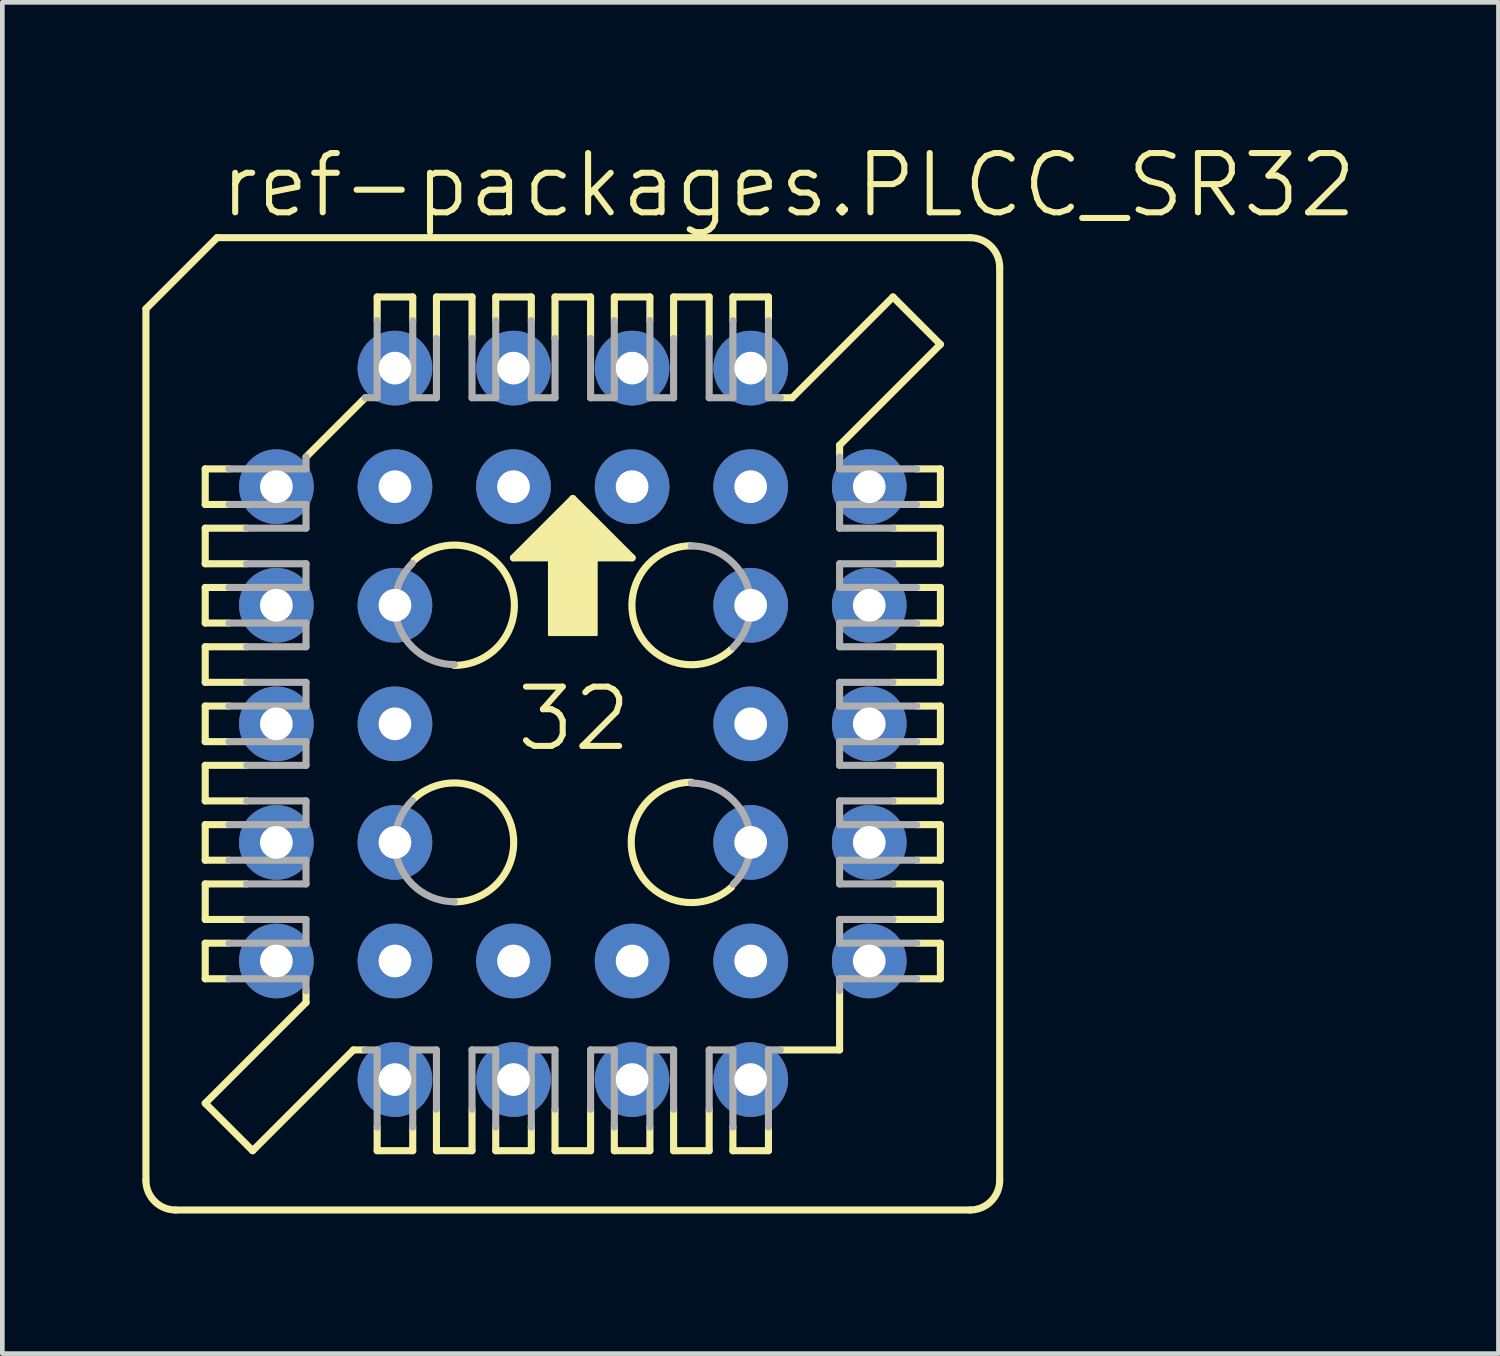
<source format=kicad_pcb>
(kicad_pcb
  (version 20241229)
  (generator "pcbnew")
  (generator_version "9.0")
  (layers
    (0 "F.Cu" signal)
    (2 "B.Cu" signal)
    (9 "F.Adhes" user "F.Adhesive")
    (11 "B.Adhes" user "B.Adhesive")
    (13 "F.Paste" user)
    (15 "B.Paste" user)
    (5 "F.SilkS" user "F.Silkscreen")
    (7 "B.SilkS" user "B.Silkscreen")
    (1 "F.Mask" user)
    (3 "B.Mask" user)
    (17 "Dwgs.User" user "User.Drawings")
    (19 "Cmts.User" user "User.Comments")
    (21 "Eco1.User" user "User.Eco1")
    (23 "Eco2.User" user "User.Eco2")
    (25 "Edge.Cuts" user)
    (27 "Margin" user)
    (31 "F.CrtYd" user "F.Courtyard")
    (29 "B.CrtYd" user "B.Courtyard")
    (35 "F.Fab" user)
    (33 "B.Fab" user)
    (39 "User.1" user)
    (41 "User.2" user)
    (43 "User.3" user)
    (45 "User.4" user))
  (footprint "ref-packages.PLCC_SR32"
    (layer "F.Cu")
    (at 9.22 12.455)
    (property "Reference" "ref-packages.PLCC_SR32" (at -7.62 -10.795 0) (layer "F.SilkS") (effects (font (size 1.27 1.27) (thickness 0.13)) (justify left bottom)))
    (attr through_hole)
    (fp_line (start -9.144 -8.89) (end -9.144 9.779) (stroke (width 0.152) (type default)) (layer "F.SilkS"))
    (fp_line (start -7.874 -5.461) (end -7.366 -5.461) (stroke (width 0.152) (type default)) (layer "F.SilkS"))
    (fp_line (start -7.874 -4.699) (end -7.874 -5.461) (stroke (width 0.152) (type default)) (layer "F.SilkS"))
    (fp_line (start -7.874 -4.191) (end -6.985 -4.191) (stroke (width 0.152) (type default)) (layer "F.SilkS"))
    (fp_line (start -7.874 -3.429) (end -7.874 -4.191) (stroke (width 0.152) (type default)) (layer "F.SilkS"))
    (fp_line (start -7.874 -2.921) (end -7.366 -2.921) (stroke (width 0.152) (type default)) (layer "F.SilkS"))
    (fp_line (start -7.874 -2.159) (end -7.874 -2.921) (stroke (width 0.152) (type default)) (layer "F.SilkS"))
    (fp_line (start -7.874 -1.651) (end -6.985 -1.651) (stroke (width 0.152) (type default)) (layer "F.SilkS"))
    (fp_line (start -7.874 -0.889) (end -7.874 -1.651) (stroke (width 0.152) (type default)) (layer "F.SilkS"))
    (fp_line (start -7.874 -0.381) (end -7.366 -0.381) (stroke (width 0.152) (type default)) (layer "F.SilkS"))
    (fp_line (start -7.874 0.381) (end -7.874 -0.381) (stroke (width 0.152) (type default)) (layer "F.SilkS"))
    (fp_line (start -7.874 0.889) (end -6.985 0.889) (stroke (width 0.152) (type default)) (layer "F.SilkS"))
    (fp_line (start -7.874 1.651) (end -7.874 0.889) (stroke (width 0.152) (type default)) (layer "F.SilkS"))
    (fp_line (start -7.874 2.159) (end -7.366 2.159) (stroke (width 0.152) (type default)) (layer "F.SilkS"))
    (fp_line (start -7.874 2.921) (end -7.874 2.159) (stroke (width 0.152) (type default)) (layer "F.SilkS"))
    (fp_line (start -7.874 3.429) (end -6.985 3.429) (stroke (width 0.152) (type default)) (layer "F.SilkS"))
    (fp_line (start -7.874 4.191) (end -7.874 3.429) (stroke (width 0.152) (type default)) (layer "F.SilkS"))
    (fp_line (start -7.874 4.699) (end -7.366 4.699) (stroke (width 0.152) (type default)) (layer "F.SilkS"))
    (fp_line (start -7.874 5.461) (end -7.874 4.699) (stroke (width 0.152) (type default)) (layer "F.SilkS"))
    (fp_line (start -7.874 8.128) (end -5.715 5.969) (stroke (width 0.152) (type default)) (layer "F.SilkS"))
    (fp_line (start -7.62 -10.414) (end -9.144 -8.89) (stroke (width 0.152) (type default)) (layer "F.SilkS"))
    (fp_line (start -7.366 -4.699) (end -7.874 -4.699) (stroke (width 0.152) (type default)) (layer "F.SilkS"))
    (fp_line (start -7.366 -2.159) (end -7.874 -2.159) (stroke (width 0.152) (type default)) (layer "F.SilkS"))
    (fp_line (start -7.366 0.381) (end -7.874 0.381) (stroke (width 0.152) (type default)) (layer "F.SilkS"))
    (fp_line (start -7.366 2.921) (end -7.874 2.921) (stroke (width 0.152) (type default)) (layer "F.SilkS"))
    (fp_line (start -7.366 5.461) (end -7.874 5.461) (stroke (width 0.152) (type default)) (layer "F.SilkS"))
    (fp_line (start -6.985 -3.429) (end -7.874 -3.429) (stroke (width 0.152) (type default)) (layer "F.SilkS"))
    (fp_line (start -6.985 -0.889) (end -7.874 -0.889) (stroke (width 0.152) (type default)) (layer "F.SilkS"))
    (fp_line (start -6.985 1.651) (end -7.874 1.651) (stroke (width 0.152) (type default)) (layer "F.SilkS"))
    (fp_line (start -6.985 4.191) (end -7.874 4.191) (stroke (width 0.152) (type default)) (layer "F.SilkS"))
    (fp_line (start -6.858 9.144) (end -7.874 8.128) (stroke (width 0.152) (type default)) (layer "F.SilkS"))
    (fp_line (start -6.858 9.144) (end -4.699 6.985) (stroke (width 0.152) (type default)) (layer "F.SilkS"))
    (fp_line (start -5.715 -5.715) (end -4.445 -6.985) (stroke (width 0.152) (type default)) (layer "F.SilkS"))
    (fp_line (start -5.715 5.969) (end -5.715 5.715) (stroke (width 0.152) (type default)) (layer "F.SilkS"))
    (fp_line (start -4.699 6.985) (end -4.445 6.985) (stroke (width 0.152) (type default)) (layer "F.SilkS"))
    (fp_line (start -4.191 -9.144) (end -4.191 -8.636) (stroke (width 0.152) (type default)) (layer "F.SilkS"))
    (fp_line (start -4.191 8.636) (end -4.191 9.144) (stroke (width 0.152) (type default)) (layer "F.SilkS"))
    (fp_line (start -4.191 9.144) (end -3.429 9.144) (stroke (width 0.152) (type default)) (layer "F.SilkS"))
    (fp_line (start -3.429 -9.144) (end -4.191 -9.144) (stroke (width 0.152) (type default)) (layer "F.SilkS"))
    (fp_line (start -3.429 -8.636) (end -3.429 -9.144) (stroke (width 0.152) (type default)) (layer "F.SilkS"))
    (fp_line (start -3.429 9.144) (end -3.429 8.636) (stroke (width 0.152) (type default)) (layer "F.SilkS"))
    (fp_line (start -2.921 -9.144) (end -2.921 -8.255) (stroke (width 0.152) (type default)) (layer "F.SilkS"))
    (fp_line (start -2.921 8.255) (end -2.921 9.144) (stroke (width 0.152) (type default)) (layer "F.SilkS"))
    (fp_line (start -2.921 9.144) (end -2.159 9.144) (stroke (width 0.152) (type default)) (layer "F.SilkS"))
    (fp_line (start -2.159 -9.144) (end -2.921 -9.144) (stroke (width 0.152) (type default)) (layer "F.SilkS"))
    (fp_line (start -2.159 -8.255) (end -2.159 -9.144) (stroke (width 0.152) (type default)) (layer "F.SilkS"))
    (fp_line (start -2.159 9.144) (end -2.159 8.255) (stroke (width 0.152) (type default)) (layer "F.SilkS"))
    (fp_line (start -1.651 -9.144) (end -1.651 -8.636) (stroke (width 0.152) (type default)) (layer "F.SilkS"))
    (fp_line (start -1.651 8.636) (end -1.651 9.144) (stroke (width 0.152) (type default)) (layer "F.SilkS"))
    (fp_line (start -1.651 9.144) (end -0.889 9.144) (stroke (width 0.152) (type default)) (layer "F.SilkS"))
    (fp_line (start -1.27 -3.556) (end 1.27 -3.556) (stroke (width 0.152) (type default)) (layer "F.SilkS"))
    (fp_line (start -0.889 -9.144) (end -1.651 -9.144) (stroke (width 0.152) (type default)) (layer "F.SilkS"))
    (fp_line (start -0.889 -8.636) (end -0.889 -9.144) (stroke (width 0.152) (type default)) (layer "F.SilkS"))
    (fp_line (start -0.889 9.144) (end -0.889 8.636) (stroke (width 0.152) (type default)) (layer "F.SilkS"))
    (fp_line (start -0.381 -9.144) (end -0.381 -8.255) (stroke (width 0.152) (type default)) (layer "F.SilkS"))
    (fp_line (start -0.381 8.255) (end -0.381 9.144) (stroke (width 0.152) (type default)) (layer "F.SilkS"))
    (fp_line (start -0.381 9.144) (end 0.381 9.144) (stroke (width 0.152) (type default)) (layer "F.SilkS"))
    (fp_line (start 0 -4.826) (end -1.27 -3.556) (stroke (width 0.152) (type default)) (layer "F.SilkS"))
    (fp_line (start 0.381 -9.144) (end -0.381 -9.144) (stroke (width 0.152) (type default)) (layer "F.SilkS"))
    (fp_line (start 0.381 -8.255) (end 0.381 -9.144) (stroke (width 0.152) (type default)) (layer "F.SilkS"))
    (fp_line (start 0.381 9.144) (end 0.381 8.255) (stroke (width 0.152) (type default)) (layer "F.SilkS"))
    (fp_line (start 0.889 -9.144) (end 0.889 -8.636) (stroke (width 0.152) (type default)) (layer "F.SilkS"))
    (fp_line (start 0.889 8.636) (end 0.889 9.144) (stroke (width 0.152) (type default)) (layer "F.SilkS"))
    (fp_line (start 0.889 9.144) (end 1.651 9.144) (stroke (width 0.152) (type default)) (layer "F.SilkS"))
    (fp_line (start 1.27 -3.556) (end 0 -4.826) (stroke (width 0.152) (type default)) (layer "F.SilkS"))
    (fp_line (start 1.651 -9.144) (end 0.889 -9.144) (stroke (width 0.152) (type default)) (layer "F.SilkS"))
    (fp_line (start 1.651 -8.636) (end 1.651 -9.144) (stroke (width 0.152) (type default)) (layer "F.SilkS"))
    (fp_line (start 1.651 9.144) (end 1.651 8.636) (stroke (width 0.152) (type default)) (layer "F.SilkS"))
    (fp_line (start 2.159 -9.144) (end 2.159 -8.255) (stroke (width 0.152) (type default)) (layer "F.SilkS"))
    (fp_line (start 2.159 8.255) (end 2.159 9.144) (stroke (width 0.152) (type default)) (layer "F.SilkS"))
    (fp_line (start 2.159 9.144) (end 2.921 9.144) (stroke (width 0.152) (type default)) (layer "F.SilkS"))
    (fp_line (start 2.921 -9.144) (end 2.159 -9.144) (stroke (width 0.152) (type default)) (layer "F.SilkS"))
    (fp_line (start 2.921 -8.255) (end 2.921 -9.144) (stroke (width 0.152) (type default)) (layer "F.SilkS"))
    (fp_line (start 2.921 9.144) (end 2.921 8.255) (stroke (width 0.152) (type default)) (layer "F.SilkS"))
    (fp_line (start 3.429 -9.144) (end 3.429 -8.636) (stroke (width 0.152) (type default)) (layer "F.SilkS"))
    (fp_line (start 3.429 8.636) (end 3.429 9.144) (stroke (width 0.152) (type default)) (layer "F.SilkS"))
    (fp_line (start 3.429 9.144) (end 4.191 9.144) (stroke (width 0.152) (type default)) (layer "F.SilkS"))
    (fp_line (start 4.191 -9.144) (end 3.429 -9.144) (stroke (width 0.152) (type default)) (layer "F.SilkS"))
    (fp_line (start 4.191 -8.636) (end 4.191 -9.144) (stroke (width 0.152) (type default)) (layer "F.SilkS"))
    (fp_line (start 4.191 9.144) (end 4.191 8.636) (stroke (width 0.152) (type default)) (layer "F.SilkS"))
    (fp_line (start 4.445 6.985) (end 5.715 6.985) (stroke (width 0.152) (type default)) (layer "F.SilkS"))
    (fp_line (start 4.699 -6.985) (end 4.445 -6.985) (stroke (width 0.152) (type default)) (layer "F.SilkS"))
    (fp_line (start 5.715 -5.969) (end 5.715 -5.715) (stroke (width 0.152) (type default)) (layer "F.SilkS"))
    (fp_line (start 5.715 5.715) (end 5.715 6.985) (stroke (width 0.152) (type default)) (layer "F.SilkS"))
    (fp_line (start 6.858 -9.144) (end 4.699 -6.985) (stroke (width 0.152) (type default)) (layer "F.SilkS"))
    (fp_line (start 6.858 -4.191) (end 7.874 -4.191) (stroke (width 0.152) (type default)) (layer "F.SilkS"))
    (fp_line (start 6.858 -1.651) (end 7.874 -1.651) (stroke (width 0.152) (type default)) (layer "F.SilkS"))
    (fp_line (start 6.858 0.889) (end 7.874 0.889) (stroke (width 0.152) (type default)) (layer "F.SilkS"))
    (fp_line (start 6.858 3.429) (end 7.874 3.429) (stroke (width 0.152) (type default)) (layer "F.SilkS"))
    (fp_line (start 7.366 -5.461) (end 7.874 -5.461) (stroke (width 0.152) (type default)) (layer "F.SilkS"))
    (fp_line (start 7.366 -2.921) (end 7.874 -2.921) (stroke (width 0.152) (type default)) (layer "F.SilkS"))
    (fp_line (start 7.366 -0.381) (end 7.874 -0.381) (stroke (width 0.152) (type default)) (layer "F.SilkS"))
    (fp_line (start 7.366 2.159) (end 7.874 2.159) (stroke (width 0.152) (type default)) (layer "F.SilkS"))
    (fp_line (start 7.366 4.699) (end 7.874 4.699) (stroke (width 0.152) (type default)) (layer "F.SilkS"))
    (fp_line (start 7.874 -8.128) (end 5.715 -5.969) (stroke (width 0.152) (type default)) (layer "F.SilkS"))
    (fp_line (start 7.874 -8.128) (end 6.858 -9.144) (stroke (width 0.152) (type default)) (layer "F.SilkS"))
    (fp_line (start 7.874 -5.461) (end 7.874 -4.699) (stroke (width 0.152) (type default)) (layer "F.SilkS"))
    (fp_line (start 7.874 -4.699) (end 7.366 -4.699) (stroke (width 0.152) (type default)) (layer "F.SilkS"))
    (fp_line (start 7.874 -4.191) (end 7.874 -3.429) (stroke (width 0.152) (type default)) (layer "F.SilkS"))
    (fp_line (start 7.874 -3.429) (end 6.858 -3.429) (stroke (width 0.152) (type default)) (layer "F.SilkS"))
    (fp_line (start 7.874 -2.921) (end 7.874 -2.159) (stroke (width 0.152) (type default)) (layer "F.SilkS"))
    (fp_line (start 7.874 -2.159) (end 7.366 -2.159) (stroke (width 0.152) (type default)) (layer "F.SilkS"))
    (fp_line (start 7.874 -1.651) (end 7.874 -0.889) (stroke (width 0.152) (type default)) (layer "F.SilkS"))
    (fp_line (start 7.874 -0.889) (end 6.858 -0.889) (stroke (width 0.152) (type default)) (layer "F.SilkS"))
    (fp_line (start 7.874 -0.381) (end 7.874 0.381) (stroke (width 0.152) (type default)) (layer "F.SilkS"))
    (fp_line (start 7.874 0.381) (end 7.366 0.381) (stroke (width 0.152) (type default)) (layer "F.SilkS"))
    (fp_line (start 7.874 0.889) (end 7.874 1.651) (stroke (width 0.152) (type default)) (layer "F.SilkS"))
    (fp_line (start 7.874 1.651) (end 6.858 1.651) (stroke (width 0.152) (type default)) (layer "F.SilkS"))
    (fp_line (start 7.874 2.159) (end 7.874 2.921) (stroke (width 0.152) (type default)) (layer "F.SilkS"))
    (fp_line (start 7.874 2.921) (end 7.366 2.921) (stroke (width 0.152) (type default)) (layer "F.SilkS"))
    (fp_line (start 7.874 3.429) (end 7.874 4.191) (stroke (width 0.152) (type default)) (layer "F.SilkS"))
    (fp_line (start 7.874 4.191) (end 6.858 4.191) (stroke (width 0.152) (type default)) (layer "F.SilkS"))
    (fp_line (start 7.874 4.699) (end 7.874 5.461) (stroke (width 0.152) (type default)) (layer "F.SilkS"))
    (fp_line (start 7.874 5.461) (end 7.366 5.461) (stroke (width 0.152) (type default)) (layer "F.SilkS"))
    (fp_line (start 8.509 -10.414) (end -7.62 -10.414) (stroke (width 0.152) (type default)) (layer "F.SilkS"))
    (fp_line (start 8.509 10.414) (end -8.509 10.414) (stroke (width 0.152) (type default)) (layer "F.SilkS"))
    (fp_line (start 9.144 9.779) (end 9.144 -9.779) (stroke (width 0.152) (type default)) (layer "F.SilkS"))
    (fp_rect (start -1.143 -3.556) (end -0.889 -3.683) (stroke (width 0.05) (type default)) (fill yes) (layer "F.SilkS"))
    (fp_rect (start -1.016 -3.683) (end -0.889 -3.81) (stroke (width 0.05) (type default)) (fill yes) (layer "F.SilkS"))
    (fp_rect (start -0.889 -3.556) (end 0.889 -3.937) (stroke (width 0.05) (type default)) (fill yes) (layer "F.SilkS"))
    (fp_rect (start -0.762 -3.937) (end -0.635 -4.064) (stroke (width 0.05) (type default)) (fill yes) (layer "F.SilkS"))
    (fp_rect (start -0.635 -3.937) (end 0.635 -4.191) (stroke (width 0.05) (type default)) (fill yes) (layer "F.SilkS"))
    (fp_rect (start -0.508 -4.191) (end -0.381 -4.318) (stroke (width 0.05) (type default)) (fill yes) (layer "F.SilkS"))
    (fp_rect (start -0.508 -1.905) (end 0.508 -3.81) (stroke (width 0.05) (type default)) (fill yes) (layer "F.SilkS"))
    (fp_rect (start -0.381 -4.191) (end 0.381 -4.445) (stroke (width 0.05) (type default)) (fill yes) (layer "F.SilkS"))
    (fp_rect (start -0.254 -4.445) (end -0.127 -4.572) (stroke (width 0.05) (type default)) (fill yes) (layer "F.SilkS"))
    (fp_rect (start -0.127 -4.445) (end 0.127 -4.699) (stroke (width 0.05) (type default)) (fill yes) (layer "F.SilkS"))
    (fp_rect (start 0.127 -4.445) (end 0.254 -4.572) (stroke (width 0.05) (type default)) (fill yes) (layer "F.SilkS"))
    (fp_rect (start 0.381 -4.191) (end 0.508 -4.318) (stroke (width 0.05) (type default)) (fill yes) (layer "F.SilkS"))
    (fp_rect (start 0.635 -3.937) (end 0.762 -4.064) (stroke (width 0.05) (type default)) (fill yes) (layer "F.SilkS"))
    (fp_rect (start 0.889 -3.683) (end 1.016 -3.81) (stroke (width 0.05) (type default)) (fill yes) (layer "F.SilkS"))
    (fp_rect (start 0.889 -3.556) (end 1.143 -3.683) (stroke (width 0.05) (type default)) (fill yes) (layer "F.SilkS"))
    (fp_arc (start -8.509 10.414) (mid -8.958013 10.228013) (end -9.144 9.779) (stroke (width 0.1524) (type default)) (layer "F.SilkS"))
    (fp_arc (start -3.4 1.6) (mid -1.352379 2.078723) (end -2.54 3.814085) (stroke (width 0.1524) (type default)) (layer "F.SilkS"))
    (fp_arc (start -3.399999 -3.499999) (mid -1.336083 -3.000287) (end -2.539998 -1.250987) (stroke (width 0.1524) (type default)) (layer "F.SilkS"))
    (fp_arc (start 3.399999 3.499999) (mid 1.336068 3.000264) (end 2.54 1.250951) (stroke (width 0.1524) (type default)) (layer "F.SilkS"))
    (fp_arc (start 3.4 -1.6) (mid 1.35238 -2.078722) (end 2.54 -3.814083) (stroke (width 0.1524) (type default)) (layer "F.SilkS"))
    (fp_arc (start 8.509 -10.414) (mid 8.958013 -10.228013) (end 9.144 -9.779) (stroke (width 0.1524) (type default)) (layer "F.SilkS"))
    (fp_arc (start 9.144 9.779) (mid 8.958013 10.228013) (end 8.509 10.414) (stroke (width 0.1524) (type default)) (layer "F.SilkS"))
    (fp_line (start -7.366 -4.699) (end -5.715 -4.699) (stroke (width 0.152) (type default)) (layer "F.Fab"))
    (fp_line (start -7.366 -2.159) (end -5.715 -2.159) (stroke (width 0.152) (type default)) (layer "F.Fab"))
    (fp_line (start -7.366 0.381) (end -5.715 0.381) (stroke (width 0.152) (type default)) (layer "F.Fab"))
    (fp_line (start -7.366 2.921) (end -5.715 2.921) (stroke (width 0.152) (type default)) (layer "F.Fab"))
    (fp_line (start -7.366 5.461) (end -5.715 5.461) (stroke (width 0.152) (type default)) (layer "F.Fab"))
    (fp_line (start -6.985 -3.429) (end -5.715 -3.429) (stroke (width 0.152) (type default)) (layer "F.Fab"))
    (fp_line (start -6.985 -0.889) (end -5.715 -0.889) (stroke (width 0.152) (type default)) (layer "F.Fab"))
    (fp_line (start -6.985 1.651) (end -5.715 1.651) (stroke (width 0.152) (type default)) (layer "F.Fab"))
    (fp_line (start -6.985 4.191) (end -5.715 4.191) (stroke (width 0.152) (type default)) (layer "F.Fab"))
    (fp_line (start -5.715 -5.461) (end -7.366 -5.461) (stroke (width 0.152) (type default)) (layer "F.Fab"))
    (fp_line (start -5.715 -5.461) (end -5.715 -5.715) (stroke (width 0.152) (type default)) (layer "F.Fab"))
    (fp_line (start -5.715 -4.191) (end -6.985 -4.191) (stroke (width 0.152) (type default)) (layer "F.Fab"))
    (fp_line (start -5.715 -4.191) (end -5.715 -4.699) (stroke (width 0.152) (type default)) (layer "F.Fab"))
    (fp_line (start -5.715 -2.921) (end -7.366 -2.921) (stroke (width 0.152) (type default)) (layer "F.Fab"))
    (fp_line (start -5.715 -2.921) (end -5.715 -3.429) (stroke (width 0.152) (type default)) (layer "F.Fab"))
    (fp_line (start -5.715 -1.651) (end -6.985 -1.651) (stroke (width 0.152) (type default)) (layer "F.Fab"))
    (fp_line (start -5.715 -1.651) (end -5.715 -2.159) (stroke (width 0.152) (type default)) (layer "F.Fab"))
    (fp_line (start -5.715 -0.381) (end -7.366 -0.381) (stroke (width 0.152) (type default)) (layer "F.Fab"))
    (fp_line (start -5.715 -0.381) (end -5.715 -0.889) (stroke (width 0.152) (type default)) (layer "F.Fab"))
    (fp_line (start -5.715 0.889) (end -6.985 0.889) (stroke (width 0.152) (type default)) (layer "F.Fab"))
    (fp_line (start -5.715 0.889) (end -5.715 0.381) (stroke (width 0.152) (type default)) (layer "F.Fab"))
    (fp_line (start -5.715 2.159) (end -7.366 2.159) (stroke (width 0.152) (type default)) (layer "F.Fab"))
    (fp_line (start -5.715 2.159) (end -5.715 1.651) (stroke (width 0.152) (type default)) (layer "F.Fab"))
    (fp_line (start -5.715 3.429) (end -6.985 3.429) (stroke (width 0.152) (type default)) (layer "F.Fab"))
    (fp_line (start -5.715 3.429) (end -5.715 2.921) (stroke (width 0.152) (type default)) (layer "F.Fab"))
    (fp_line (start -5.715 4.699) (end -7.366 4.699) (stroke (width 0.152) (type default)) (layer "F.Fab"))
    (fp_line (start -5.715 4.699) (end -5.715 4.191) (stroke (width 0.152) (type default)) (layer "F.Fab"))
    (fp_line (start -5.715 5.715) (end -5.715 5.461) (stroke (width 0.152) (type default)) (layer "F.Fab"))
    (fp_line (start -4.191 -6.985) (end -4.445 -6.985) (stroke (width 0.152) (type default)) (layer "F.Fab"))
    (fp_line (start -4.191 -6.985) (end -4.191 -8.636) (stroke (width 0.152) (type default)) (layer "F.Fab"))
    (fp_line (start -4.191 6.985) (end -4.445 6.985) (stroke (width 0.152) (type default)) (layer "F.Fab"))
    (fp_line (start -4.191 8.636) (end -4.191 6.985) (stroke (width 0.152) (type default)) (layer "F.Fab"))
    (fp_line (start -3.429 -8.636) (end -3.429 -6.985) (stroke (width 0.152) (type default)) (layer "F.Fab"))
    (fp_line (start -3.429 6.985) (end -3.429 8.636) (stroke (width 0.152) (type default)) (layer "F.Fab"))
    (fp_line (start -3.429 6.985) (end -2.921 6.985) (stroke (width 0.152) (type default)) (layer "F.Fab"))
    (fp_line (start -2.921 -6.985) (end -3.429 -6.985) (stroke (width 0.152) (type default)) (layer "F.Fab"))
    (fp_line (start -2.921 -6.985) (end -2.921 -8.255) (stroke (width 0.152) (type default)) (layer "F.Fab"))
    (fp_line (start -2.921 8.255) (end -2.921 6.985) (stroke (width 0.152) (type default)) (layer "F.Fab"))
    (fp_line (start -2.159 -8.255) (end -2.159 -6.985) (stroke (width 0.152) (type default)) (layer "F.Fab"))
    (fp_line (start -2.159 6.985) (end -2.159 8.255) (stroke (width 0.152) (type default)) (layer "F.Fab"))
    (fp_line (start -2.159 6.985) (end -1.651 6.985) (stroke (width 0.152) (type default)) (layer "F.Fab"))
    (fp_line (start -1.651 -6.985) (end -2.159 -6.985) (stroke (width 0.152) (type default)) (layer "F.Fab"))
    (fp_line (start -1.651 -6.985) (end -1.651 -8.636) (stroke (width 0.152) (type default)) (layer "F.Fab"))
    (fp_line (start -1.651 8.636) (end -1.651 6.985) (stroke (width 0.152) (type default)) (layer "F.Fab"))
    (fp_line (start -0.889 -8.636) (end -0.889 -6.985) (stroke (width 0.152) (type default)) (layer "F.Fab"))
    (fp_line (start -0.889 6.985) (end -0.889 8.636) (stroke (width 0.152) (type default)) (layer "F.Fab"))
    (fp_line (start -0.889 6.985) (end -0.381 6.985) (stroke (width 0.152) (type default)) (layer "F.Fab"))
    (fp_line (start -0.381 -6.985) (end -0.889 -6.985) (stroke (width 0.152) (type default)) (layer "F.Fab"))
    (fp_line (start -0.381 -6.985) (end -0.381 -8.255) (stroke (width 0.152) (type default)) (layer "F.Fab"))
    (fp_line (start -0.381 8.255) (end -0.381 6.985) (stroke (width 0.152) (type default)) (layer "F.Fab"))
    (fp_line (start 0.381 -8.255) (end 0.381 -6.985) (stroke (width 0.152) (type default)) (layer "F.Fab"))
    (fp_line (start 0.381 6.985) (end 0.381 8.255) (stroke (width 0.152) (type default)) (layer "F.Fab"))
    (fp_line (start 0.381 6.985) (end 0.889 6.985) (stroke (width 0.152) (type default)) (layer "F.Fab"))
    (fp_line (start 0.889 -6.985) (end 0.381 -6.985) (stroke (width 0.152) (type default)) (layer "F.Fab"))
    (fp_line (start 0.889 -6.985) (end 0.889 -8.636) (stroke (width 0.152) (type default)) (layer "F.Fab"))
    (fp_line (start 0.889 8.636) (end 0.889 6.985) (stroke (width 0.152) (type default)) (layer "F.Fab"))
    (fp_line (start 1.651 -8.636) (end 1.651 -6.985) (stroke (width 0.152) (type default)) (layer "F.Fab"))
    (fp_line (start 1.651 6.985) (end 1.651 8.636) (stroke (width 0.152) (type default)) (layer "F.Fab"))
    (fp_line (start 1.651 6.985) (end 2.159 6.985) (stroke (width 0.152) (type default)) (layer "F.Fab"))
    (fp_line (start 2.159 -6.985) (end 1.651 -6.985) (stroke (width 0.152) (type default)) (layer "F.Fab"))
    (fp_line (start 2.159 -6.985) (end 2.159 -8.255) (stroke (width 0.152) (type default)) (layer "F.Fab"))
    (fp_line (start 2.159 8.255) (end 2.159 6.985) (stroke (width 0.152) (type default)) (layer "F.Fab"))
    (fp_line (start 2.921 -8.255) (end 2.921 -6.985) (stroke (width 0.152) (type default)) (layer "F.Fab"))
    (fp_line (start 2.921 6.985) (end 2.921 8.255) (stroke (width 0.152) (type default)) (layer "F.Fab"))
    (fp_line (start 2.921 6.985) (end 3.429 6.985) (stroke (width 0.152) (type default)) (layer "F.Fab"))
    (fp_line (start 3.429 -6.985) (end 2.921 -6.985) (stroke (width 0.152) (type default)) (layer "F.Fab"))
    (fp_line (start 3.429 -6.985) (end 3.429 -8.636) (stroke (width 0.152) (type default)) (layer "F.Fab"))
    (fp_line (start 3.429 8.636) (end 3.429 6.985) (stroke (width 0.152) (type default)) (layer "F.Fab"))
    (fp_line (start 4.191 -8.636) (end 4.191 -6.985) (stroke (width 0.152) (type default)) (layer "F.Fab"))
    (fp_line (start 4.191 -6.985) (end 4.445 -6.985) (stroke (width 0.152) (type default)) (layer "F.Fab"))
    (fp_line (start 4.191 6.985) (end 4.191 8.636) (stroke (width 0.152) (type default)) (layer "F.Fab"))
    (fp_line (start 4.445 6.985) (end 4.191 6.985) (stroke (width 0.152) (type default)) (layer "F.Fab"))
    (fp_line (start 5.715 -5.461) (end 5.715 -5.715) (stroke (width 0.152) (type default)) (layer "F.Fab"))
    (fp_line (start 5.715 -4.699) (end 5.715 -4.191) (stroke (width 0.152) (type default)) (layer "F.Fab"))
    (fp_line (start 5.715 -4.699) (end 7.366 -4.699) (stroke (width 0.152) (type default)) (layer "F.Fab"))
    (fp_line (start 5.715 -3.429) (end 5.715 -2.921) (stroke (width 0.152) (type default)) (layer "F.Fab"))
    (fp_line (start 5.715 -3.429) (end 6.858 -3.429) (stroke (width 0.152) (type default)) (layer "F.Fab"))
    (fp_line (start 5.715 -2.159) (end 5.715 -1.651) (stroke (width 0.152) (type default)) (layer "F.Fab"))
    (fp_line (start 5.715 -2.159) (end 7.366 -2.159) (stroke (width 0.152) (type default)) (layer "F.Fab"))
    (fp_line (start 5.715 -0.889) (end 5.715 -0.381) (stroke (width 0.152) (type default)) (layer "F.Fab"))
    (fp_line (start 5.715 -0.889) (end 6.858 -0.889) (stroke (width 0.152) (type default)) (layer "F.Fab"))
    (fp_line (start 5.715 0.381) (end 5.715 0.889) (stroke (width 0.152) (type default)) (layer "F.Fab"))
    (fp_line (start 5.715 0.381) (end 7.366 0.381) (stroke (width 0.152) (type default)) (layer "F.Fab"))
    (fp_line (start 5.715 1.651) (end 5.715 2.159) (stroke (width 0.152) (type default)) (layer "F.Fab"))
    (fp_line (start 5.715 1.651) (end 6.858 1.651) (stroke (width 0.152) (type default)) (layer "F.Fab"))
    (fp_line (start 5.715 2.921) (end 5.715 3.429) (stroke (width 0.152) (type default)) (layer "F.Fab"))
    (fp_line (start 5.715 2.921) (end 7.366 2.921) (stroke (width 0.152) (type default)) (layer "F.Fab"))
    (fp_line (start 5.715 4.191) (end 5.715 4.699) (stroke (width 0.152) (type default)) (layer "F.Fab"))
    (fp_line (start 5.715 4.191) (end 6.858 4.191) (stroke (width 0.152) (type default)) (layer "F.Fab"))
    (fp_line (start 5.715 5.461) (end 7.366 5.461) (stroke (width 0.152) (type default)) (layer "F.Fab"))
    (fp_line (start 5.715 5.715) (end 5.715 5.461) (stroke (width 0.152) (type default)) (layer "F.Fab"))
    (fp_line (start 6.858 -4.191) (end 5.715 -4.191) (stroke (width 0.152) (type default)) (layer "F.Fab"))
    (fp_line (start 6.858 -1.651) (end 5.715 -1.651) (stroke (width 0.152) (type default)) (layer "F.Fab"))
    (fp_line (start 6.858 0.889) (end 5.715 0.889) (stroke (width 0.152) (type default)) (layer "F.Fab"))
    (fp_line (start 6.858 3.429) (end 5.715 3.429) (stroke (width 0.152) (type default)) (layer "F.Fab"))
    (fp_line (start 7.366 -5.461) (end 5.715 -5.461) (stroke (width 0.152) (type default)) (layer "F.Fab"))
    (fp_line (start 7.366 -2.921) (end 5.715 -2.921) (stroke (width 0.152) (type default)) (layer "F.Fab"))
    (fp_line (start 7.366 -0.381) (end 5.715 -0.381) (stroke (width 0.152) (type default)) (layer "F.Fab"))
    (fp_line (start 7.366 2.159) (end 5.715 2.159) (stroke (width 0.152) (type default)) (layer "F.Fab"))
    (fp_line (start 7.366 4.699) (end 5.715 4.699) (stroke (width 0.152) (type default)) (layer "F.Fab"))
    (fp_arc (start -3.81 -2.54) (mid -3.71331 -3.025997) (end -3.438 -3.438) (stroke (width 0.1524) (type default)) (layer "F.Fab"))
    (fp_arc (start -3.81 2.54) (mid -3.71331 2.054003) (end -3.438 1.642) (stroke (width 0.1524) (type default)) (layer "F.Fab"))
    (fp_arc (start -2.54 -1.27) (mid -3.438026 -1.641974) (end -3.81 -2.54) (stroke (width 0.1524) (type default)) (layer "F.Fab"))
    (fp_arc (start -2.54 3.81) (mid -3.438026 3.438026) (end -3.81 2.54) (stroke (width 0.1524) (type default)) (layer "F.Fab"))
    (fp_arc (start 2.54 -3.81) (mid 3.438026 -3.438026) (end 3.81 -2.54) (stroke (width 0.1524) (type default)) (layer "F.Fab"))
    (fp_arc (start 2.54 1.27) (mid 3.438026 1.641974) (end 3.81 2.54) (stroke (width 0.1524) (type default)) (layer "F.Fab"))
    (fp_arc (start 3.81 -2.54) (mid 3.71331 -2.054003) (end 3.438 -1.642) (stroke (width 0.1524) (type default)) (layer "F.Fab"))
    (fp_arc (start 3.81 2.54) (mid 3.71331 3.025997) (end 3.438 3.438) (stroke (width 0.1524) (type default)) (layer "F.Fab"))
    (fp_text user "32" (at -1.27 0.635 0) (layer "F.SilkS") (effects (font (size 1.27 1.27) (thickness 0.13)) (justify left bottom)))
    (pad "1" thru_hole circle (at 1.27 -5.08) (size 1.6 1.6) (drill 0.7) (layers "*.Cu" "*.Mask"))
    (pad "2" thru_hole circle (at -1.27 -7.62) (size 1.6 1.6) (drill 0.7) (layers "*.Cu" "*.Mask"))
    (pad "3" thru_hole circle (at -1.27 -5.08) (size 1.6 1.6) (drill 0.7) (layers "*.Cu" "*.Mask"))
    (pad "4" thru_hole circle (at -3.81 -7.62) (size 1.6 1.6) (drill 0.7) (layers "*.Cu" "*.Mask"))
    (pad "5" thru_hole circle (at -6.35 -5.08) (size 1.6 1.6) (drill 0.7) (layers "*.Cu" "*.Mask"))
    (pad "6" thru_hole circle (at -3.81 -5.08) (size 1.6 1.6) (drill 0.7) (layers "*.Cu" "*.Mask"))
    (pad "7" thru_hole circle (at -6.35 -2.54) (size 1.6 1.6) (drill 0.7) (layers "*.Cu" "*.Mask"))
    (pad "8" thru_hole circle (at -3.81 -2.54) (size 1.6 1.6) (drill 0.7) (layers "*.Cu" "*.Mask"))
    (pad "9" thru_hole circle (at -6.35 0) (size 1.6 1.6) (drill 0.7) (layers "*.Cu" "*.Mask"))
    (pad "10" thru_hole circle (at -3.81 0) (size 1.6 1.6) (drill 0.7) (layers "*.Cu" "*.Mask"))
    (pad "11" thru_hole circle (at -6.35 2.54) (size 1.6 1.6) (drill 0.7) (layers "*.Cu" "*.Mask"))
    (pad "12" thru_hole circle (at -3.81 2.54) (size 1.6 1.6) (drill 0.7) (layers "*.Cu" "*.Mask"))
    (pad "13" thru_hole circle (at -6.35 5.08) (size 1.6 1.6) (drill 0.7) (layers "*.Cu" "*.Mask"))
    (pad "14" thru_hole circle (at -3.81 7.62) (size 1.6 1.6) (drill 0.7) (layers "*.Cu" "*.Mask"))
    (pad "15" thru_hole circle (at -3.81 5.08) (size 1.6 1.6) (drill 0.7) (layers "*.Cu" "*.Mask"))
    (pad "16" thru_hole circle (at -1.27 7.62) (size 1.6 1.6) (drill 0.7) (layers "*.Cu" "*.Mask"))
    (pad "17" thru_hole circle (at -1.27 5.08) (size 1.6 1.6) (drill 0.7) (layers "*.Cu" "*.Mask"))
    (pad "18" thru_hole circle (at 1.27 7.62) (size 1.6 1.6) (drill 0.7) (layers "*.Cu" "*.Mask"))
    (pad "19" thru_hole circle (at 1.27 5.08) (size 1.6 1.6) (drill 0.7) (layers "*.Cu" "*.Mask"))
    (pad "20" thru_hole circle (at 3.81 7.62) (size 1.6 1.6) (drill 0.7) (layers "*.Cu" "*.Mask"))
    (pad "21" thru_hole circle (at 6.35 5.08) (size 1.6 1.6) (drill 0.7) (layers "*.Cu" "*.Mask"))
    (pad "22" thru_hole circle (at 3.81 5.08) (size 1.6 1.6) (drill 0.7) (layers "*.Cu" "*.Mask"))
    (pad "23" thru_hole circle (at 6.35 2.54) (size 1.6 1.6) (drill 0.7) (layers "*.Cu" "*.Mask"))
    (pad "24" thru_hole circle (at 3.81 2.54) (size 1.6 1.6) (drill 0.7) (layers "*.Cu" "*.Mask"))
    (pad "25" thru_hole circle (at 6.35 0) (size 1.6 1.6) (drill 0.7) (layers "*.Cu" "*.Mask"))
    (pad "26" thru_hole circle (at 3.81 0) (size 1.6 1.6) (drill 0.7) (layers "*.Cu" "*.Mask"))
    (pad "27" thru_hole circle (at 6.35 -2.54) (size 1.6 1.6) (drill 0.7) (layers "*.Cu" "*.Mask"))
    (pad "28" thru_hole circle (at 3.81 -2.54) (size 1.6 1.6) (drill 0.7) (layers "*.Cu" "*.Mask"))
    (pad "29" thru_hole circle (at 6.35 -5.08) (size 1.6 1.6) (drill 0.7) (layers "*.Cu" "*.Mask"))
    (pad "30" thru_hole circle (at 3.81 -7.62) (size 1.6 1.6) (drill 0.7) (layers "*.Cu" "*.Mask"))
    (pad "31" thru_hole circle (at 3.81 -5.08) (size 1.6 1.6) (drill 0.7) (layers "*.Cu" "*.Mask"))
    (pad "32" thru_hole circle (at 1.27 -7.62) (size 1.6 1.6) (drill 0.7) (layers "*.Cu" "*.Mask")))
  (gr_rect
    (start -3 -3)
    (end 29.048 25.945)
    (stroke (width 0.1) (type default))
    (fill no)
    (layer "Edge.Cuts")))
</source>
